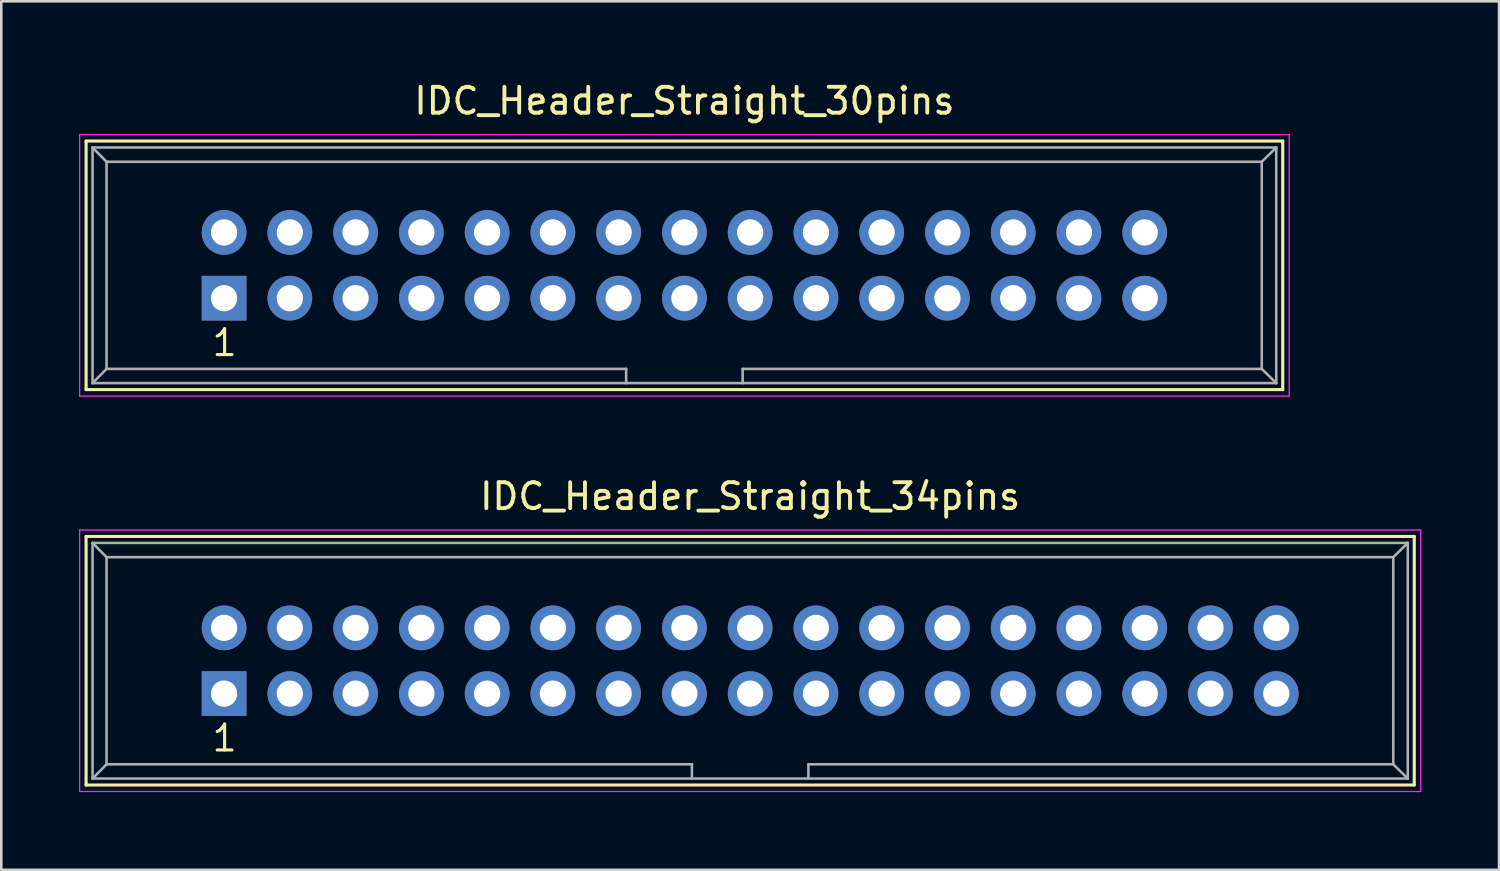
<source format=kicad_pcb>
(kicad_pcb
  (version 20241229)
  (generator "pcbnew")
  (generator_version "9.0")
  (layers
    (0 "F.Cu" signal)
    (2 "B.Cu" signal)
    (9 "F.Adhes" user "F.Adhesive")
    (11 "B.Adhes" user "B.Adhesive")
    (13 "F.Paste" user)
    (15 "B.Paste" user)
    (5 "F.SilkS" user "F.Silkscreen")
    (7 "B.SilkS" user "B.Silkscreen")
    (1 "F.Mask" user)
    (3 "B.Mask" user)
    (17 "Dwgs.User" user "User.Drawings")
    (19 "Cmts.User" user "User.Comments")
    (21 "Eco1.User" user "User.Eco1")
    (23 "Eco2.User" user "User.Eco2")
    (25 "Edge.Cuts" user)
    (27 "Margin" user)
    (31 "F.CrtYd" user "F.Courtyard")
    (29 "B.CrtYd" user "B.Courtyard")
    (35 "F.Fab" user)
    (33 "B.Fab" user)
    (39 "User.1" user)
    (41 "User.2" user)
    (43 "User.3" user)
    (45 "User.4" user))
  (footprint "IDC_Header_Straight_30pins"
    (layer "F.Cu")
    (at 5.605 8.468)
    (property "Reference" "IDC_Header_Straight_30pins" (at 17.78 -7.62 0) (layer "F.SilkS") (effects (font (size 1 1) (thickness 0.15))))
    (attr through_hole)
    (fp_line (start -5.33 -6.07) (end 40.89 -6.07) (stroke (width 0.12) (type solid)) (layer "F.SilkS"))
    (fp_line (start -5.33 3.53) (end -5.33 -6.07) (stroke (width 0.12) (type solid)) (layer "F.SilkS"))
    (fp_line (start 40.89 -6.07) (end 40.89 3.53) (stroke (width 0.12) (type solid)) (layer "F.SilkS"))
    (fp_line (start 40.89 3.53) (end -5.33 3.53) (stroke (width 0.12) (type solid)) (layer "F.SilkS"))
    (fp_line (start -5.58 -6.32) (end 41.14 -6.32) (stroke (width 0.05) (type solid)) (layer "F.CrtYd"))
    (fp_line (start -5.58 3.78) (end -5.58 -6.32) (stroke (width 0.05) (type solid)) (layer "F.CrtYd"))
    (fp_line (start 41.14 -6.32) (end 41.14 3.78) (stroke (width 0.05) (type solid)) (layer "F.CrtYd"))
    (fp_line (start 41.14 3.78) (end -5.58 3.78) (stroke (width 0.05) (type solid)) (layer "F.CrtYd"))
    (fp_line (start -5.08 -5.82) (end -5.08 3.28) (stroke (width 0.1) (type solid)) (layer "F.Fab"))
    (fp_line (start -5.08 -5.82) (end -4.54 -5.27) (stroke (width 0.1) (type solid)) (layer "F.Fab"))
    (fp_line (start -5.08 -5.82) (end 40.64 -5.82) (stroke (width 0.1) (type solid)) (layer "F.Fab"))
    (fp_line (start -5.08 3.28) (end -4.54 2.73) (stroke (width 0.1) (type solid)) (layer "F.Fab"))
    (fp_line (start -5.08 3.28) (end 40.64 3.28) (stroke (width 0.1) (type solid)) (layer "F.Fab"))
    (fp_line (start -4.54 -5.27) (end -4.54 2.73) (stroke (width 0.1) (type solid)) (layer "F.Fab"))
    (fp_line (start -4.54 -5.27) (end 40.08 -5.27) (stroke (width 0.1) (type solid)) (layer "F.Fab"))
    (fp_line (start -4.54 2.73) (end 15.53 2.73) (stroke (width 0.1) (type solid)) (layer "F.Fab"))
    (fp_line (start 15.53 2.73) (end 15.53 3.28) (stroke (width 0.1) (type solid)) (layer "F.Fab"))
    (fp_line (start 20.03 2.73) (end 20.03 3.28) (stroke (width 0.1) (type solid)) (layer "F.Fab"))
    (fp_line (start 20.03 2.73) (end 40.08 2.73) (stroke (width 0.1) (type solid)) (layer "F.Fab"))
    (fp_line (start 40.08 -5.27) (end 40.08 2.73) (stroke (width 0.1) (type solid)) (layer "F.Fab"))
    (fp_line (start 40.64 -5.82) (end 40.08 -5.27) (stroke (width 0.1) (type solid)) (layer "F.Fab"))
    (fp_line (start 40.64 -5.82) (end 40.64 3.28) (stroke (width 0.1) (type solid)) (layer "F.Fab"))
    (fp_line (start 40.64 3.28) (end 40.08 2.73) (stroke (width 0.1) (type solid)) (layer "F.Fab"))
    (fp_text user "1" (at 0.02 1.72 0) (layer "F.SilkS") (effects (font (size 1 1) (thickness 0.12))))
    (pad "1" thru_hole rect (at 0 0) (size 1.727 1.727) (drill 1.016) (layers "*.Cu" "*.Mask"))
    (pad "2" thru_hole oval (at 0 -2.54) (size 1.727 1.727) (drill 1.016) (layers "*.Cu" "*.Mask"))
    (pad "3" thru_hole oval (at 2.54 0) (size 1.727 1.727) (drill 1.016) (layers "*.Cu" "*.Mask"))
    (pad "4" thru_hole oval (at 2.54 -2.54) (size 1.727 1.727) (drill 1.016) (layers "*.Cu" "*.Mask"))
    (pad "5" thru_hole oval (at 5.08 0) (size 1.727 1.727) (drill 1.016) (layers "*.Cu" "*.Mask"))
    (pad "6" thru_hole oval (at 5.08 -2.54) (size 1.727 1.727) (drill 1.016) (layers "*.Cu" "*.Mask"))
    (pad "7" thru_hole oval (at 7.62 0) (size 1.727 1.727) (drill 1.016) (layers "*.Cu" "*.Mask"))
    (pad "8" thru_hole oval (at 7.62 -2.54) (size 1.727 1.727) (drill 1.016) (layers "*.Cu" "*.Mask"))
    (pad "9" thru_hole oval (at 10.16 0) (size 1.727 1.727) (drill 1.016) (layers "*.Cu" "*.Mask"))
    (pad "10" thru_hole oval (at 10.16 -2.54) (size 1.727 1.727) (drill 1.016) (layers "*.Cu" "*.Mask"))
    (pad "11" thru_hole oval (at 12.7 0) (size 1.727 1.727) (drill 1.016) (layers "*.Cu" "*.Mask"))
    (pad "12" thru_hole oval (at 12.7 -2.54) (size 1.727 1.727) (drill 1.016) (layers "*.Cu" "*.Mask"))
    (pad "13" thru_hole oval (at 15.24 0) (size 1.727 1.727) (drill 1.016) (layers "*.Cu" "*.Mask"))
    (pad "14" thru_hole oval (at 15.24 -2.54) (size 1.727 1.727) (drill 1.016) (layers "*.Cu" "*.Mask"))
    (pad "15" thru_hole oval (at 17.78 0) (size 1.727 1.727) (drill 1.016) (layers "*.Cu" "*.Mask"))
    (pad "16" thru_hole oval (at 17.78 -2.54) (size 1.727 1.727) (drill 1.016) (layers "*.Cu" "*.Mask"))
    (pad "17" thru_hole oval (at 20.32 0) (size 1.727 1.727) (drill 1.016) (layers "*.Cu" "*.Mask"))
    (pad "18" thru_hole oval (at 20.32 -2.54) (size 1.727 1.727) (drill 1.016) (layers "*.Cu" "*.Mask"))
    (pad "19" thru_hole oval (at 22.86 0) (size 1.727 1.727) (drill 1.016) (layers "*.Cu" "*.Mask"))
    (pad "20" thru_hole oval (at 22.86 -2.54) (size 1.727 1.727) (drill 1.016) (layers "*.Cu" "*.Mask"))
    (pad "21" thru_hole oval (at 25.4 0) (size 1.727 1.727) (drill 1.016) (layers "*.Cu" "*.Mask"))
    (pad "22" thru_hole oval (at 25.4 -2.54) (size 1.727 1.727) (drill 1.016) (layers "*.Cu" "*.Mask"))
    (pad "23" thru_hole oval (at 27.94 0) (size 1.727 1.727) (drill 1.016) (layers "*.Cu" "*.Mask"))
    (pad "24" thru_hole oval (at 27.94 -2.54) (size 1.727 1.727) (drill 1.016) (layers "*.Cu" "*.Mask"))
    (pad "25" thru_hole oval (at 30.48 0) (size 1.727 1.727) (drill 1.016) (layers "*.Cu" "*.Mask"))
    (pad "26" thru_hole oval (at 30.48 -2.54) (size 1.727 1.727) (drill 1.016) (layers "*.Cu" "*.Mask"))
    (pad "27" thru_hole oval (at 33.02 0) (size 1.727 1.727) (drill 1.016) (layers "*.Cu" "*.Mask"))
    (pad "28" thru_hole oval (at 33.02 -2.54) (size 1.727 1.727) (drill 1.016) (layers "*.Cu" "*.Mask"))
    (pad "29" thru_hole oval (at 35.56 0) (size 1.727 1.727) (drill 1.016) (layers "*.Cu" "*.Mask"))
    (pad "30" thru_hole oval (at 35.56 -2.54) (size 1.727 1.727) (drill 1.016) (layers "*.Cu" "*.Mask")))
  (footprint "IDC_Header_Straight_34pins"
    (layer "F.Cu")
    (at 5.605 23.741)
    (property "Reference" "IDC_Header_Straight_34pins" (at 20.32 -7.62 0) (layer "F.SilkS") (effects (font (size 1 1) (thickness 0.15))))
    (attr through_hole)
    (fp_line (start -5.33 -6.07) (end 45.97 -6.07) (stroke (width 0.12) (type solid)) (layer "F.SilkS"))
    (fp_line (start -5.33 3.53) (end -5.33 -6.07) (stroke (width 0.12) (type solid)) (layer "F.SilkS"))
    (fp_line (start 45.97 -6.07) (end 45.97 3.53) (stroke (width 0.12) (type solid)) (layer "F.SilkS"))
    (fp_line (start 45.97 3.53) (end -5.33 3.53) (stroke (width 0.12) (type solid)) (layer "F.SilkS"))
    (fp_line (start -5.58 -6.32) (end 46.22 -6.32) (stroke (width 0.05) (type solid)) (layer "F.CrtYd"))
    (fp_line (start -5.58 3.78) (end -5.58 -6.32) (stroke (width 0.05) (type solid)) (layer "F.CrtYd"))
    (fp_line (start 46.22 -6.32) (end 46.22 3.78) (stroke (width 0.05) (type solid)) (layer "F.CrtYd"))
    (fp_line (start 46.22 3.78) (end -5.58 3.78) (stroke (width 0.05) (type solid)) (layer "F.CrtYd"))
    (fp_line (start -5.08 -5.82) (end -5.08 3.28) (stroke (width 0.1) (type solid)) (layer "F.Fab"))
    (fp_line (start -5.08 -5.82) (end -4.54 -5.27) (stroke (width 0.1) (type solid)) (layer "F.Fab"))
    (fp_line (start -5.08 -5.82) (end 45.72 -5.82) (stroke (width 0.1) (type solid)) (layer "F.Fab"))
    (fp_line (start -5.08 3.28) (end -4.54 2.73) (stroke (width 0.1) (type solid)) (layer "F.Fab"))
    (fp_line (start -5.08 3.28) (end 45.72 3.28) (stroke (width 0.1) (type solid)) (layer "F.Fab"))
    (fp_line (start -4.54 -5.27) (end -4.54 2.73) (stroke (width 0.1) (type solid)) (layer "F.Fab"))
    (fp_line (start -4.54 -5.27) (end 45.16 -5.27) (stroke (width 0.1) (type solid)) (layer "F.Fab"))
    (fp_line (start -4.54 2.73) (end 18.07 2.73) (stroke (width 0.1) (type solid)) (layer "F.Fab"))
    (fp_line (start 18.07 2.73) (end 18.07 3.28) (stroke (width 0.1) (type solid)) (layer "F.Fab"))
    (fp_line (start 22.57 2.73) (end 22.57 3.28) (stroke (width 0.1) (type solid)) (layer "F.Fab"))
    (fp_line (start 22.57 2.73) (end 45.16 2.73) (stroke (width 0.1) (type solid)) (layer "F.Fab"))
    (fp_line (start 45.16 -5.27) (end 45.16 2.73) (stroke (width 0.1) (type solid)) (layer "F.Fab"))
    (fp_line (start 45.72 -5.82) (end 45.16 -5.27) (stroke (width 0.1) (type solid)) (layer "F.Fab"))
    (fp_line (start 45.72 -5.82) (end 45.72 3.28) (stroke (width 0.1) (type solid)) (layer "F.Fab"))
    (fp_line (start 45.72 3.28) (end 45.16 2.73) (stroke (width 0.1) (type solid)) (layer "F.Fab"))
    (fp_text user "1" (at 0.02 1.72 0) (layer "F.SilkS") (effects (font (size 1 1) (thickness 0.12))))
    (pad "1" thru_hole rect (at 0 0) (size 1.727 1.727) (drill 1.016) (layers "*.Cu" "*.Mask"))
    (pad "2" thru_hole oval (at 0 -2.54) (size 1.727 1.727) (drill 1.016) (layers "*.Cu" "*.Mask"))
    (pad "3" thru_hole oval (at 2.54 0) (size 1.727 1.727) (drill 1.016) (layers "*.Cu" "*.Mask"))
    (pad "4" thru_hole oval (at 2.54 -2.54) (size 1.727 1.727) (drill 1.016) (layers "*.Cu" "*.Mask"))
    (pad "5" thru_hole oval (at 5.08 0) (size 1.727 1.727) (drill 1.016) (layers "*.Cu" "*.Mask"))
    (pad "6" thru_hole oval (at 5.08 -2.54) (size 1.727 1.727) (drill 1.016) (layers "*.Cu" "*.Mask"))
    (pad "7" thru_hole oval (at 7.62 0) (size 1.727 1.727) (drill 1.016) (layers "*.Cu" "*.Mask"))
    (pad "8" thru_hole oval (at 7.62 -2.54) (size 1.727 1.727) (drill 1.016) (layers "*.Cu" "*.Mask"))
    (pad "9" thru_hole oval (at 10.16 0) (size 1.727 1.727) (drill 1.016) (layers "*.Cu" "*.Mask"))
    (pad "10" thru_hole oval (at 10.16 -2.54) (size 1.727 1.727) (drill 1.016) (layers "*.Cu" "*.Mask"))
    (pad "11" thru_hole oval (at 12.7 0) (size 1.727 1.727) (drill 1.016) (layers "*.Cu" "*.Mask"))
    (pad "12" thru_hole oval (at 12.7 -2.54) (size 1.727 1.727) (drill 1.016) (layers "*.Cu" "*.Mask"))
    (pad "13" thru_hole oval (at 15.24 0) (size 1.727 1.727) (drill 1.016) (layers "*.Cu" "*.Mask"))
    (pad "14" thru_hole oval (at 15.24 -2.54) (size 1.727 1.727) (drill 1.016) (layers "*.Cu" "*.Mask"))
    (pad "15" thru_hole oval (at 17.78 0) (size 1.727 1.727) (drill 1.016) (layers "*.Cu" "*.Mask"))
    (pad "16" thru_hole oval (at 17.78 -2.54) (size 1.727 1.727) (drill 1.016) (layers "*.Cu" "*.Mask"))
    (pad "17" thru_hole oval (at 20.32 0) (size 1.727 1.727) (drill 1.016) (layers "*.Cu" "*.Mask"))
    (pad "18" thru_hole oval (at 20.32 -2.54) (size 1.727 1.727) (drill 1.016) (layers "*.Cu" "*.Mask"))
    (pad "19" thru_hole oval (at 22.86 0) (size 1.727 1.727) (drill 1.016) (layers "*.Cu" "*.Mask"))
    (pad "20" thru_hole oval (at 22.86 -2.54) (size 1.727 1.727) (drill 1.016) (layers "*.Cu" "*.Mask"))
    (pad "21" thru_hole oval (at 25.4 0) (size 1.727 1.727) (drill 1.016) (layers "*.Cu" "*.Mask"))
    (pad "22" thru_hole oval (at 25.4 -2.54) (size 1.727 1.727) (drill 1.016) (layers "*.Cu" "*.Mask"))
    (pad "23" thru_hole oval (at 27.94 0) (size 1.727 1.727) (drill 1.016) (layers "*.Cu" "*.Mask"))
    (pad "24" thru_hole oval (at 27.94 -2.54) (size 1.727 1.727) (drill 1.016) (layers "*.Cu" "*.Mask"))
    (pad "25" thru_hole oval (at 30.48 0) (size 1.727 1.727) (drill 1.016) (layers "*.Cu" "*.Mask"))
    (pad "26" thru_hole oval (at 30.48 -2.54) (size 1.727 1.727) (drill 1.016) (layers "*.Cu" "*.Mask"))
    (pad "27" thru_hole oval (at 33.02 0) (size 1.727 1.727) (drill 1.016) (layers "*.Cu" "*.Mask"))
    (pad "28" thru_hole oval (at 33.02 -2.54) (size 1.727 1.727) (drill 1.016) (layers "*.Cu" "*.Mask"))
    (pad "29" thru_hole oval (at 35.56 0) (size 1.727 1.727) (drill 1.016) (layers "*.Cu" "*.Mask"))
    (pad "30" thru_hole oval (at 35.56 -2.54) (size 1.727 1.727) (drill 1.016) (layers "*.Cu" "*.Mask"))
    (pad "31" thru_hole oval (at 38.1 0) (size 1.727 1.727) (drill 1.016) (layers "*.Cu" "*.Mask"))
    (pad "32" thru_hole oval (at 38.1 -2.54) (size 1.727 1.727) (drill 1.016) (layers "*.Cu" "*.Mask"))
    (pad "33" thru_hole oval (at 40.64 0) (size 1.727 1.727) (drill 1.016) (layers "*.Cu" "*.Mask"))
    (pad "34" thru_hole oval (at 40.64 -2.54) (size 1.727 1.727) (drill 1.016) (layers "*.Cu" "*.Mask")))
  (gr_rect
    (start -3 -3)
    (end 54.85 30.547)
    (stroke (width 0.1) (type default))
    (fill no)
    (layer "Edge.Cuts")))
</source>
